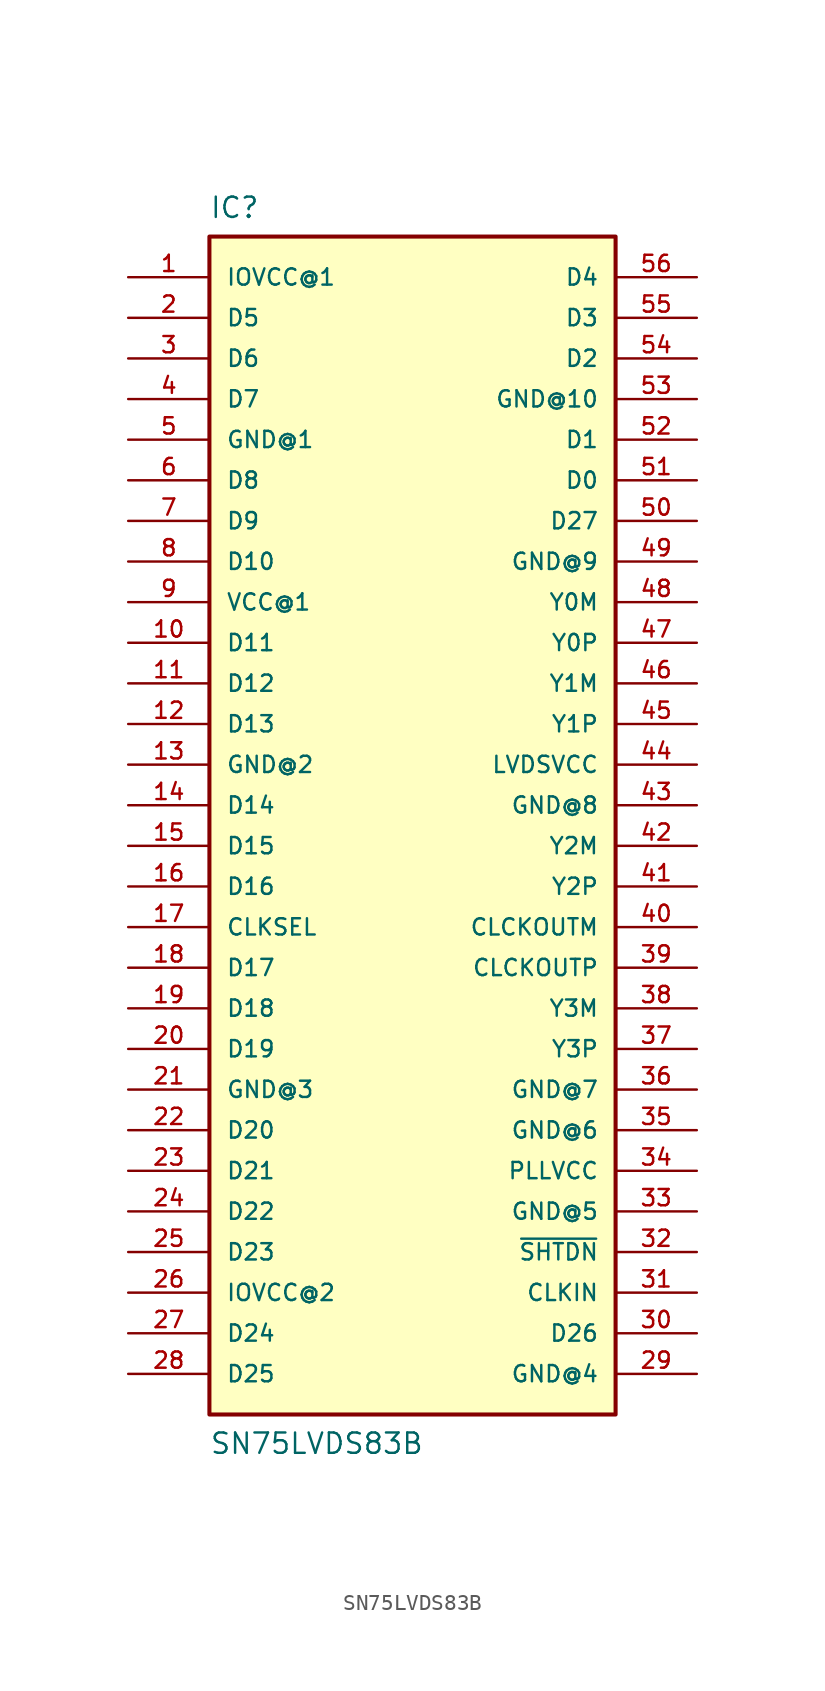
<source format=kicad_sym>
(kicad_symbol_lib
  (version 20211014)
  (generator kicad_symbol_editor)
  (symbol "SN75LVDS83B"
    (pin_names
      (offset 1.016))
    (property "Reference" "IC"
      (at -12.704 40.653 0)
      (effects (font (size 1.27 1.27)) (justify top left)))
    (property "Value" "SN75LVDS83B"
      (at -12.706 -38.118 0)
      (effects (font (size 1.27 1.27)) (justify bottom left)))
    (symbol "SN75LVDS83B_0_0"
      (rectangle (start -12.7 -35.56) (end 12.7 38.1) (stroke (width 0.254)) (fill (type background)))
      (pin bidirectional line (at 17.78 -25.4 180.0) (length 5.08) (name "~{SHTDN}" (effects (font (size 1.016 1.016)))) (number "32" (effects (font (size 1.016 1.016)))))
      (pin bidirectional line (at 17.78 -5.08 180.0) (length 5.08) (name "CLCKOUTM" (effects (font (size 1.016 1.016)))) (number "40" (effects (font (size 1.016 1.016)))))
      (pin bidirectional line (at 17.78 -7.62 180.0) (length 5.08) (name "CLCKOUTP" (effects (font (size 1.016 1.016)))) (number "39" (effects (font (size 1.016 1.016)))))
      (pin bidirectional line (at 17.78 -27.94 180.0) (length 5.08) (name "CLKIN" (effects (font (size 1.016 1.016)))) (number "31" (effects (font (size 1.016 1.016)))))
      (pin bidirectional line (at -17.78 -5.08 0) (length 5.08) (name "CLKSEL" (effects (font (size 1.016 1.016)))) (number "17" (effects (font (size 1.016 1.016)))))
      (pin bidirectional line (at 17.78 22.86 180.0) (length 5.08) (name "D0" (effects (font (size 1.016 1.016)))) (number "51" (effects (font (size 1.016 1.016)))))
      (pin bidirectional line (at 17.78 25.4 180.0) (length 5.08) (name "D1" (effects (font (size 1.016 1.016)))) (number "52" (effects (font (size 1.016 1.016)))))
      (pin bidirectional line (at 17.78 30.48 180.0) (length 5.08) (name "D2" (effects (font (size 1.016 1.016)))) (number "54" (effects (font (size 1.016 1.016)))))
      (pin bidirectional line (at 17.78 33.02 180.0) (length 5.08) (name "D3" (effects (font (size 1.016 1.016)))) (number "55" (effects (font (size 1.016 1.016)))))
      (pin bidirectional line (at 17.78 35.56 180.0) (length 5.08) (name "D4" (effects (font (size 1.016 1.016)))) (number "56" (effects (font (size 1.016 1.016)))))
      (pin bidirectional line (at -17.78 33.02 0) (length 5.08) (name "D5" (effects (font (size 1.016 1.016)))) (number "2" (effects (font (size 1.016 1.016)))))
      (pin bidirectional line (at -17.78 30.48 0) (length 5.08) (name "D6" (effects (font (size 1.016 1.016)))) (number "3" (effects (font (size 1.016 1.016)))))
      (pin bidirectional line (at -17.78 27.94 0) (length 5.08) (name "D7" (effects (font (size 1.016 1.016)))) (number "4" (effects (font (size 1.016 1.016)))))
      (pin bidirectional line (at -17.78 22.86 0) (length 5.08) (name "D8" (effects (font (size 1.016 1.016)))) (number "6" (effects (font (size 1.016 1.016)))))
      (pin bidirectional line (at -17.78 20.32 0) (length 5.08) (name "D9" (effects (font (size 1.016 1.016)))) (number "7" (effects (font (size 1.016 1.016)))))
      (pin bidirectional line (at -17.78 17.78 0) (length 5.08) (name "D10" (effects (font (size 1.016 1.016)))) (number "8" (effects (font (size 1.016 1.016)))))
      (pin bidirectional line (at -17.78 12.7 0) (length 5.08) (name "D11" (effects (font (size 1.016 1.016)))) (number "10" (effects (font (size 1.016 1.016)))))
      (pin bidirectional line (at -17.78 10.16 0) (length 5.08) (name "D12" (effects (font (size 1.016 1.016)))) (number "11" (effects (font (size 1.016 1.016)))))
      (pin bidirectional line (at -17.78 7.62 0) (length 5.08) (name "D13" (effects (font (size 1.016 1.016)))) (number "12" (effects (font (size 1.016 1.016)))))
      (pin bidirectional line (at -17.78 2.54 0) (length 5.08) (name "D14" (effects (font (size 1.016 1.016)))) (number "14" (effects (font (size 1.016 1.016)))))
      (pin bidirectional line (at -17.78 0.0 0) (length 5.08) (name "D15" (effects (font (size 1.016 1.016)))) (number "15" (effects (font (size 1.016 1.016)))))
      (pin bidirectional line (at -17.78 -2.54 0) (length 5.08) (name "D16" (effects (font (size 1.016 1.016)))) (number "16" (effects (font (size 1.016 1.016)))))
      (pin bidirectional line (at -17.78 -7.62 0) (length 5.08) (name "D17" (effects (font (size 1.016 1.016)))) (number "18" (effects (font (size 1.016 1.016)))))
      (pin bidirectional line (at -17.78 -10.16 0) (length 5.08) (name "D18" (effects (font (size 1.016 1.016)))) (number "19" (effects (font (size 1.016 1.016)))))
      (pin bidirectional line (at -17.78 -12.7 0) (length 5.08) (name "D19" (effects (font (size 1.016 1.016)))) (number "20" (effects (font (size 1.016 1.016)))))
      (pin bidirectional line (at -17.78 -17.78 0) (length 5.08) (name "D20" (effects (font (size 1.016 1.016)))) (number "22" (effects (font (size 1.016 1.016)))))
      (pin bidirectional line (at -17.78 -20.32 0) (length 5.08) (name "D21" (effects (font (size 1.016 1.016)))) (number "23" (effects (font (size 1.016 1.016)))))
      (pin bidirectional line (at -17.78 -22.86 0) (length 5.08) (name "D22" (effects (font (size 1.016 1.016)))) (number "24" (effects (font (size 1.016 1.016)))))
      (pin bidirectional line (at -17.78 -25.4 0) (length 5.08) (name "D23" (effects (font (size 1.016 1.016)))) (number "25" (effects (font (size 1.016 1.016)))))
      (pin bidirectional line (at -17.78 -30.48 0) (length 5.08) (name "D24" (effects (font (size 1.016 1.016)))) (number "27" (effects (font (size 1.016 1.016)))))
      (pin bidirectional line (at -17.78 -33.02 0) (length 5.08) (name "D25" (effects (font (size 1.016 1.016)))) (number "28" (effects (font (size 1.016 1.016)))))
      (pin bidirectional line (at 17.78 -30.48 180.0) (length 5.08) (name "D26" (effects (font (size 1.016 1.016)))) (number "30" (effects (font (size 1.016 1.016)))))
      (pin bidirectional line (at 17.78 20.32 180.0) (length 5.08) (name "D27" (effects (font (size 1.016 1.016)))) (number "50" (effects (font (size 1.016 1.016)))))
      (pin power_in line (at -17.78 25.4 0) (length 5.08) (name "GND@1" (effects (font (size 1.016 1.016)))) (number "5" (effects (font (size 1.016 1.016)))))
      (pin power_in line (at -17.78 5.08 0) (length 5.08) (name "GND@2" (effects (font (size 1.016 1.016)))) (number "13" (effects (font (size 1.016 1.016)))))
      (pin power_in line (at -17.78 -15.24 0) (length 5.08) (name "GND@3" (effects (font (size 1.016 1.016)))) (number "21" (effects (font (size 1.016 1.016)))))
      (pin power_in line (at 17.78 -33.02 180.0) (length 5.08) (name "GND@4" (effects (font (size 1.016 1.016)))) (number "29" (effects (font (size 1.016 1.016)))))
      (pin power_in line (at 17.78 -22.86 180.0) (length 5.08) (name "GND@5" (effects (font (size 1.016 1.016)))) (number "33" (effects (font (size 1.016 1.016)))))
      (pin power_in line (at 17.78 -17.78 180.0) (length 5.08) (name "GND@6" (effects (font (size 1.016 1.016)))) (number "35" (effects (font (size 1.016 1.016)))))
      (pin power_in line (at 17.78 -15.24 180.0) (length 5.08) (name "GND@7" (effects (font (size 1.016 1.016)))) (number "36" (effects (font (size 1.016 1.016)))))
      (pin power_in line (at 17.78 2.54 180.0) (length 5.08) (name "GND@8" (effects (font (size 1.016 1.016)))) (number "43" (effects (font (size 1.016 1.016)))))
      (pin power_in line (at 17.78 17.78 180.0) (length 5.08) (name "GND@9" (effects (font (size 1.016 1.016)))) (number "49" (effects (font (size 1.016 1.016)))))
      (pin power_in line (at 17.78 27.94 180.0) (length 5.08) (name "GND@10" (effects (font (size 1.016 1.016)))) (number "53" (effects (font (size 1.016 1.016)))))
      (pin power_in line (at -17.78 35.56 0) (length 5.08) (name "IOVCC@1" (effects (font (size 1.016 1.016)))) (number "1" (effects (font (size 1.016 1.016)))))
      (pin power_in line (at -17.78 -27.94 0) (length 5.08) (name "IOVCC@2" (effects (font (size 1.016 1.016)))) (number "26" (effects (font (size 1.016 1.016)))))
      (pin bidirectional line (at 17.78 5.08 180.0) (length 5.08) (name "LVDSVCC" (effects (font (size 1.016 1.016)))) (number "44" (effects (font (size 1.016 1.016)))))
      (pin bidirectional line (at 17.78 -20.32 180.0) (length 5.08) (name "PLLVCC" (effects (font (size 1.016 1.016)))) (number "34" (effects (font (size 1.016 1.016)))))
      (pin power_in line (at -17.78 15.24 0) (length 5.08) (name "VCC@1" (effects (font (size 1.016 1.016)))) (number "9" (effects (font (size 1.016 1.016)))))
      (pin bidirectional line (at 17.78 15.24 180.0) (length 5.08) (name "Y0M" (effects (font (size 1.016 1.016)))) (number "48" (effects (font (size 1.016 1.016)))))
      (pin bidirectional line (at 17.78 12.7 180.0) (length 5.08) (name "Y0P" (effects (font (size 1.016 1.016)))) (number "47" (effects (font (size 1.016 1.016)))))
      (pin bidirectional line (at 17.78 10.16 180.0) (length 5.08) (name "Y1M" (effects (font (size 1.016 1.016)))) (number "46" (effects (font (size 1.016 1.016)))))
      (pin bidirectional line (at 17.78 7.62 180.0) (length 5.08) (name "Y1P" (effects (font (size 1.016 1.016)))) (number "45" (effects (font (size 1.016 1.016)))))
      (pin bidirectional line (at 17.78 0.0 180.0) (length 5.08) (name "Y2M" (effects (font (size 1.016 1.016)))) (number "42" (effects (font (size 1.016 1.016)))))
      (pin bidirectional line (at 17.78 -2.54 180.0) (length 5.08) (name "Y2P" (effects (font (size 1.016 1.016)))) (number "41" (effects (font (size 1.016 1.016)))))
      (pin bidirectional line (at 17.78 -10.16 180.0) (length 5.08) (name "Y3M" (effects (font (size 1.016 1.016)))) (number "38" (effects (font (size 1.016 1.016)))))
      (pin bidirectional line (at 17.78 -12.7 180.0) (length 5.08) (name "Y3P" (effects (font (size 1.016 1.016)))) (number "37" (effects (font (size 1.016 1.016))))))))
</source>
